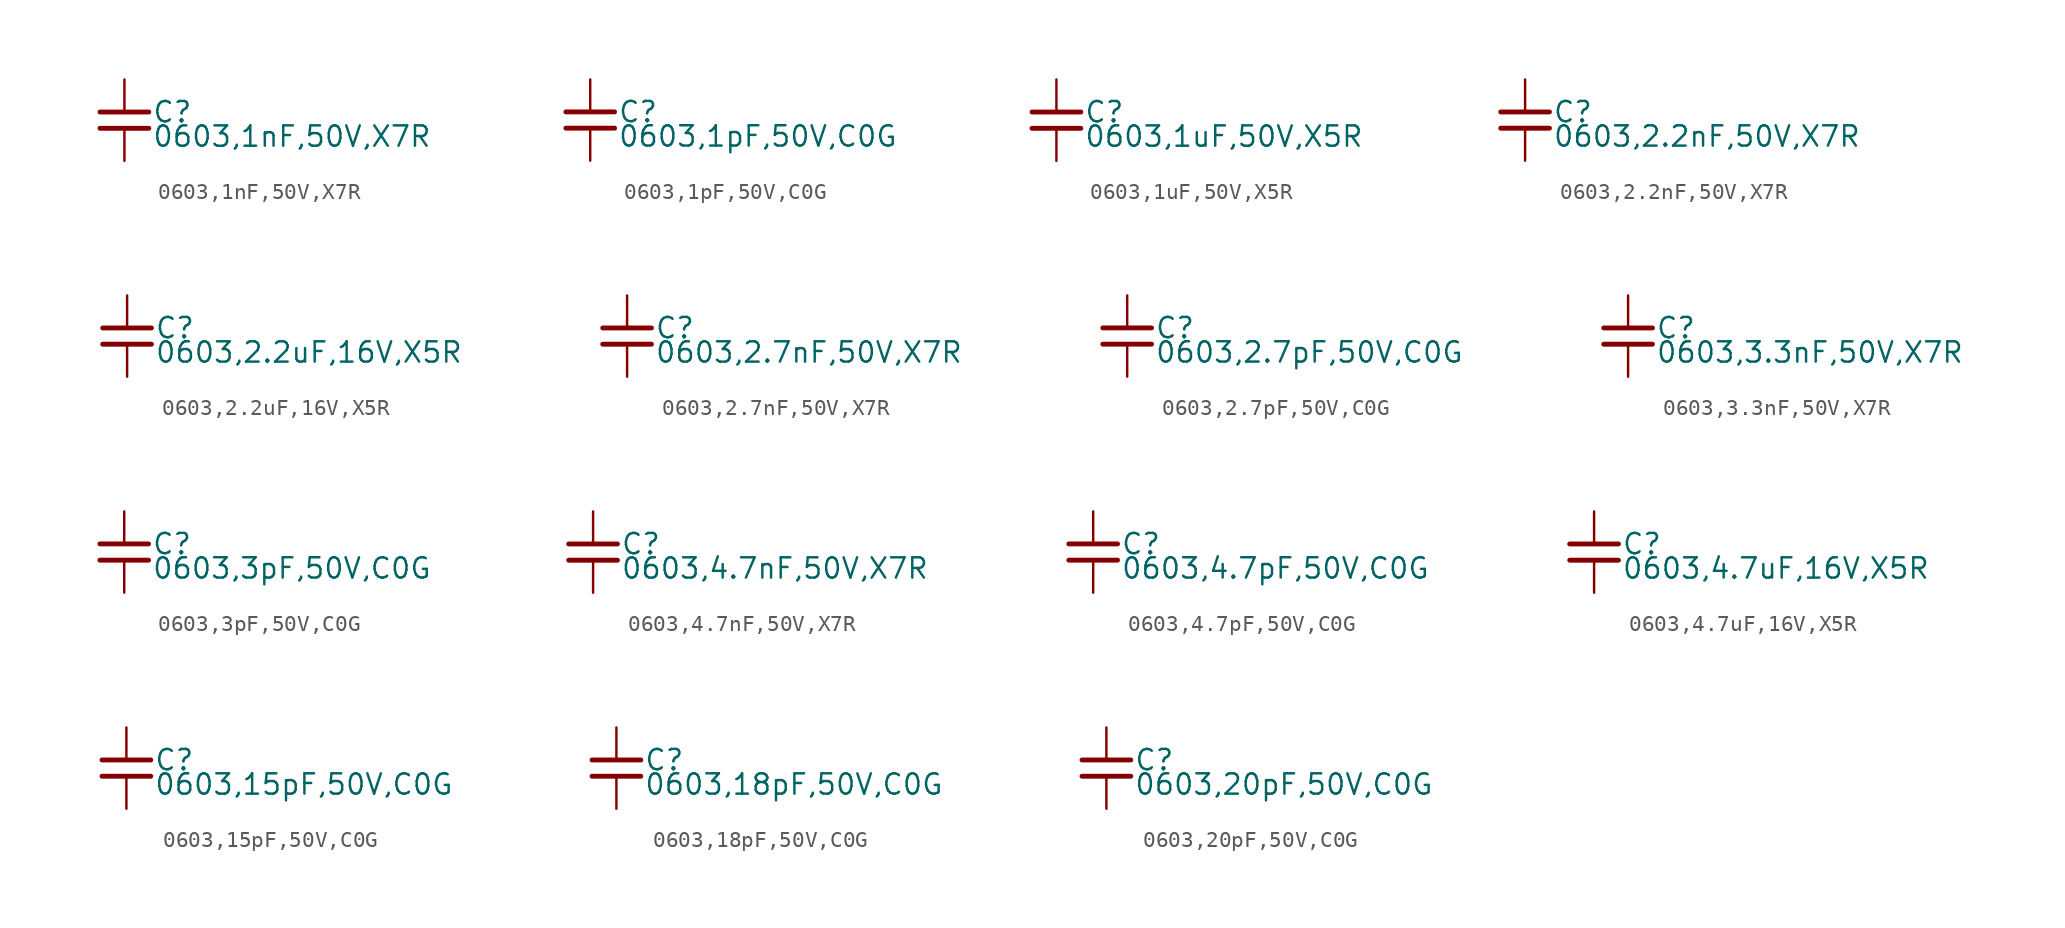
<source format=kicad_sym>
(kicad_symbol_lib
  (version 20231120)
  (generator "kicad_symbol_editor")
  (generator_version "8.0")
  (symbol "0603,1nF,50V,X7R "
    (property "Reference" "C"
      (at 1.71 0.508 0)
      (effects (font (size 1.27 1.27)) (justify left)))
    (property "Value" "0603,1nF,50V,X7R "
      (at 1.71 -1.016 0)
      (effects (font (size 1.27 1.27)) (justify left)))
    (property "ki_locked" ""
      (at 0 0 0)
      (effects (font (size 1.27 1.27))))
    (symbol "0603,1nF,50V,X7R _0_0"
      (polyline (pts (xy -1.524 -0.508) (xy 1.524 -0.508)) (stroke (width 0.305) (type default)) (fill (type none)))
      (polyline (pts (xy -1.524 0.508) (xy 1.524 0.508)) (stroke (width 0.305) (type default)) (fill (type none)))
      (pin passive line (at 0 2.54 270) (length 2.032) (name "~" (effects (font (size 0 0)))) (number "1" (effects (font (size 0 0)))))
      (pin passive line (at 0 -2.54 90) (length 2.032) (name "~" (effects (font (size 0 0)))) (number "2" (effects (font (size 0 0)))))))
  (symbol "0603,1pF,50V,C0G "
    (property "Reference" "C"
      (at 1.71 0.508 0)
      (effects (font (size 1.27 1.27)) (justify left)))
    (property "Value" "0603,1pF,50V,C0G "
      (at 1.71 -1.016 0)
      (effects (font (size 1.27 1.27)) (justify left)))
    (property "ki_locked" ""
      (at 0 0 0)
      (effects (font (size 1.27 1.27))))
    (symbol "0603,1pF,50V,C0G _0_0"
      (polyline (pts (xy -1.524 -0.508) (xy 1.524 -0.508)) (stroke (width 0.305) (type default)) (fill (type none)))
      (polyline (pts (xy -1.524 0.508) (xy 1.524 0.508)) (stroke (width 0.305) (type default)) (fill (type none)))
      (pin passive line (at 0 2.54 270) (length 2.032) (name "~" (effects (font (size 0 0)))) (number "1" (effects (font (size 0 0)))))
      (pin passive line (at 0 -2.54 90) (length 2.032) (name "~" (effects (font (size 0 0)))) (number "2" (effects (font (size 0 0)))))))
  (symbol "0603,1uF,50V,X5R "
    (property "Reference" "C"
      (at 1.71 0.508 0)
      (effects (font (size 1.27 1.27)) (justify left)))
    (property "Value" "0603,1uF,50V,X5R "
      (at 1.71 -1.016 0)
      (effects (font (size 1.27 1.27)) (justify left)))
    (property "ki_locked" ""
      (at 0 0 0)
      (effects (font (size 1.27 1.27))))
    (symbol "0603,1uF,50V,X5R _0_0"
      (polyline (pts (xy -1.524 -0.508) (xy 1.524 -0.508)) (stroke (width 0.305) (type default)) (fill (type none)))
      (polyline (pts (xy -1.524 0.508) (xy 1.524 0.508)) (stroke (width 0.305) (type default)) (fill (type none)))
      (pin passive line (at 0 2.54 270) (length 2.032) (name "~" (effects (font (size 0 0)))) (number "1" (effects (font (size 0 0)))))
      (pin passive line (at 0 -2.54 90) (length 2.032) (name "~" (effects (font (size 0 0)))) (number "2" (effects (font (size 0 0)))))))
  (symbol "0603,2.2nF,50V,X7R "
    (property "Reference" "C"
      (at 1.71 0.508 0)
      (effects (font (size 1.27 1.27)) (justify left)))
    (property "Value" "0603,2.2nF,50V,X7R "
      (at 1.71 -1.016 0)
      (effects (font (size 1.27 1.27)) (justify left)))
    (property "ki_locked" ""
      (at 0 0 0)
      (effects (font (size 1.27 1.27))))
    (symbol "0603,2.2nF,50V,X7R _0_0"
      (polyline (pts (xy -1.524 -0.508) (xy 1.524 -0.508)) (stroke (width 0.305) (type default)) (fill (type none)))
      (polyline (pts (xy -1.524 0.508) (xy 1.524 0.508)) (stroke (width 0.305) (type default)) (fill (type none)))
      (pin passive line (at 0 2.54 270) (length 2.032) (name "~" (effects (font (size 0 0)))) (number "1" (effects (font (size 0 0)))))
      (pin passive line (at 0 -2.54 90) (length 2.032) (name "~" (effects (font (size 0 0)))) (number "2" (effects (font (size 0 0)))))))
  (symbol "0603,2.2uF,16V,X5R "
    (property "Reference" "C"
      (at 1.71 0.508 0)
      (effects (font (size 1.27 1.27)) (justify left)))
    (property "Value" "0603,2.2uF,16V,X5R "
      (at 1.71 -1.016 0)
      (effects (font (size 1.27 1.27)) (justify left)))
    (property "ki_locked" ""
      (at 0 0 0)
      (effects (font (size 1.27 1.27))))
    (symbol "0603,2.2uF,16V,X5R _0_0"
      (polyline (pts (xy -1.524 -0.508) (xy 1.524 -0.508)) (stroke (width 0.305) (type default)) (fill (type none)))
      (polyline (pts (xy -1.524 0.508) (xy 1.524 0.508)) (stroke (width 0.305) (type default)) (fill (type none)))
      (pin passive line (at 0 2.54 270) (length 2.032) (name "~" (effects (font (size 0 0)))) (number "1" (effects (font (size 0 0)))))
      (pin passive line (at 0 -2.54 90) (length 2.032) (name "~" (effects (font (size 0 0)))) (number "2" (effects (font (size 0 0)))))))
  (symbol "0603,2.7nF,50V,X7R "
    (property "Reference" "C"
      (at 1.71 0.508 0)
      (effects (font (size 1.27 1.27)) (justify left)))
    (property "Value" "0603,2.7nF,50V,X7R "
      (at 1.71 -1.016 0)
      (effects (font (size 1.27 1.27)) (justify left)))
    (property "ki_locked" ""
      (at 0 0 0)
      (effects (font (size 1.27 1.27))))
    (symbol "0603,2.7nF,50V,X7R _0_0"
      (polyline (pts (xy -1.524 -0.508) (xy 1.524 -0.508)) (stroke (width 0.305) (type default)) (fill (type none)))
      (polyline (pts (xy -1.524 0.508) (xy 1.524 0.508)) (stroke (width 0.305) (type default)) (fill (type none)))
      (pin passive line (at 0 2.54 270) (length 2.032) (name "~" (effects (font (size 0 0)))) (number "1" (effects (font (size 0 0)))))
      (pin passive line (at 0 -2.54 90) (length 2.032) (name "~" (effects (font (size 0 0)))) (number "2" (effects (font (size 0 0)))))))
  (symbol "0603,2.7pF,50V,C0G "
    (property "Reference" "C"
      (at 1.71 0.508 0)
      (effects (font (size 1.27 1.27)) (justify left)))
    (property "Value" "0603,2.7pF,50V,C0G "
      (at 1.71 -1.016 0)
      (effects (font (size 1.27 1.27)) (justify left)))
    (property "ki_locked" ""
      (at 0 0 0)
      (effects (font (size 1.27 1.27))))
    (symbol "0603,2.7pF,50V,C0G _0_0"
      (polyline (pts (xy -1.524 -0.508) (xy 1.524 -0.508)) (stroke (width 0.305) (type default)) (fill (type none)))
      (polyline (pts (xy -1.524 0.508) (xy 1.524 0.508)) (stroke (width 0.305) (type default)) (fill (type none)))
      (pin passive line (at 0 2.54 270) (length 2.032) (name "~" (effects (font (size 0 0)))) (number "1" (effects (font (size 0 0)))))
      (pin passive line (at 0 -2.54 90) (length 2.032) (name "~" (effects (font (size 0 0)))) (number "2" (effects (font (size 0 0)))))))
  (symbol "0603,3.3nF,50V,X7R "
    (property "Reference" "C"
      (at 1.71 0.508 0)
      (effects (font (size 1.27 1.27)) (justify left)))
    (property "Value" "0603,3.3nF,50V,X7R "
      (at 1.71 -1.016 0)
      (effects (font (size 1.27 1.27)) (justify left)))
    (property "ki_locked" ""
      (at 0 0 0)
      (effects (font (size 1.27 1.27))))
    (symbol "0603,3.3nF,50V,X7R _0_0"
      (polyline (pts (xy -1.524 -0.508) (xy 1.524 -0.508)) (stroke (width 0.305) (type default)) (fill (type none)))
      (polyline (pts (xy -1.524 0.508) (xy 1.524 0.508)) (stroke (width 0.305) (type default)) (fill (type none)))
      (pin passive line (at 0 2.54 270) (length 2.032) (name "~" (effects (font (size 0 0)))) (number "1" (effects (font (size 0 0)))))
      (pin passive line (at 0 -2.54 90) (length 2.032) (name "~" (effects (font (size 0 0)))) (number "2" (effects (font (size 0 0)))))))
  (symbol "0603,3pF,50V,C0G "
    (property "Reference" "C"
      (at 1.71 0.508 0)
      (effects (font (size 1.27 1.27)) (justify left)))
    (property "Value" "0603,3pF,50V,C0G "
      (at 1.71 -1.016 0)
      (effects (font (size 1.27 1.27)) (justify left)))
    (property "ki_locked" ""
      (at 0 0 0)
      (effects (font (size 1.27 1.27))))
    (symbol "0603,3pF,50V,C0G _0_0"
      (polyline (pts (xy -1.524 -0.508) (xy 1.524 -0.508)) (stroke (width 0.305) (type default)) (fill (type none)))
      (polyline (pts (xy -1.524 0.508) (xy 1.524 0.508)) (stroke (width 0.305) (type default)) (fill (type none)))
      (pin passive line (at 0 2.54 270) (length 2.032) (name "~" (effects (font (size 0 0)))) (number "1" (effects (font (size 0 0)))))
      (pin passive line (at 0 -2.54 90) (length 2.032) (name "~" (effects (font (size 0 0)))) (number "2" (effects (font (size 0 0)))))))
  (symbol "0603,4.7nF,50V,X7R "
    (property "Reference" "C"
      (at 1.71 0.508 0)
      (effects (font (size 1.27 1.27)) (justify left)))
    (property "Value" "0603,4.7nF,50V,X7R "
      (at 1.71 -1.016 0)
      (effects (font (size 1.27 1.27)) (justify left)))
    (property "ki_locked" ""
      (at 0 0 0)
      (effects (font (size 1.27 1.27))))
    (symbol "0603,4.7nF,50V,X7R _0_0"
      (polyline (pts (xy -1.524 -0.508) (xy 1.524 -0.508)) (stroke (width 0.305) (type default)) (fill (type none)))
      (polyline (pts (xy -1.524 0.508) (xy 1.524 0.508)) (stroke (width 0.305) (type default)) (fill (type none)))
      (pin passive line (at 0 2.54 270) (length 2.032) (name "~" (effects (font (size 0 0)))) (number "1" (effects (font (size 0 0)))))
      (pin passive line (at 0 -2.54 90) (length 2.032) (name "~" (effects (font (size 0 0)))) (number "2" (effects (font (size 0 0)))))))
  (symbol "0603,4.7pF,50V,C0G "
    (property "Reference" "C"
      (at 1.71 0.508 0)
      (effects (font (size 1.27 1.27)) (justify left)))
    (property "Value" "0603,4.7pF,50V,C0G "
      (at 1.71 -1.016 0)
      (effects (font (size 1.27 1.27)) (justify left)))
    (property "ki_locked" ""
      (at 0 0 0)
      (effects (font (size 1.27 1.27))))
    (symbol "0603,4.7pF,50V,C0G _0_0"
      (polyline (pts (xy -1.524 -0.508) (xy 1.524 -0.508)) (stroke (width 0.305) (type default)) (fill (type none)))
      (polyline (pts (xy -1.524 0.508) (xy 1.524 0.508)) (stroke (width 0.305) (type default)) (fill (type none)))
      (pin passive line (at 0 2.54 270) (length 2.032) (name "~" (effects (font (size 0 0)))) (number "1" (effects (font (size 0 0)))))
      (pin passive line (at 0 -2.54 90) (length 2.032) (name "~" (effects (font (size 0 0)))) (number "2" (effects (font (size 0 0)))))))
  (symbol "0603,4.7uF,16V,X5R "
    (property "Reference" "C"
      (at 1.71 0.508 0)
      (effects (font (size 1.27 1.27)) (justify left)))
    (property "Value" "0603,4.7uF,16V,X5R "
      (at 1.71 -1.016 0)
      (effects (font (size 1.27 1.27)) (justify left)))
    (property "ki_locked" ""
      (at 0 0 0)
      (effects (font (size 1.27 1.27))))
    (symbol "0603,4.7uF,16V,X5R _0_0"
      (polyline (pts (xy -1.524 -0.508) (xy 1.524 -0.508)) (stroke (width 0.305) (type default)) (fill (type none)))
      (polyline (pts (xy -1.524 0.508) (xy 1.524 0.508)) (stroke (width 0.305) (type default)) (fill (type none)))
      (pin passive line (at 0 2.54 270) (length 2.032) (name "~" (effects (font (size 0 0)))) (number "1" (effects (font (size 0 0)))))
      (pin passive line (at 0 -2.54 90) (length 2.032) (name "~" (effects (font (size 0 0)))) (number "2" (effects (font (size 0 0)))))))
  (symbol "0603,15pF,50V,C0G "
    (property "Reference" "C"
      (at 1.71 0.508 0)
      (effects (font (size 1.27 1.27)) (justify left)))
    (property "Value" "0603,15pF,50V,C0G "
      (at 1.71 -1.016 0)
      (effects (font (size 1.27 1.27)) (justify left)))
    (property "ki_locked" ""
      (at 0 0 0)
      (effects (font (size 1.27 1.27))))
    (symbol "0603,15pF,50V,C0G _0_0"
      (polyline (pts (xy -1.524 -0.508) (xy 1.524 -0.508)) (stroke (width 0.305) (type default)) (fill (type none)))
      (polyline (pts (xy -1.524 0.508) (xy 1.524 0.508)) (stroke (width 0.305) (type default)) (fill (type none)))
      (pin passive line (at 0 2.54 270) (length 2.032) (name "~" (effects (font (size 0 0)))) (number "1" (effects (font (size 0 0)))))
      (pin passive line (at 0 -2.54 90) (length 2.032) (name "~" (effects (font (size 0 0)))) (number "2" (effects (font (size 0 0)))))))
  (symbol "0603,18pF,50V,C0G "
    (property "Reference" "C"
      (at 1.71 0.508 0)
      (effects (font (size 1.27 1.27)) (justify left)))
    (property "Value" "0603,18pF,50V,C0G "
      (at 1.71 -1.016 0)
      (effects (font (size 1.27 1.27)) (justify left)))
    (property "ki_locked" ""
      (at 0 0 0)
      (effects (font (size 1.27 1.27))))
    (symbol "0603,18pF,50V,C0G _0_0"
      (polyline (pts (xy -1.524 -0.508) (xy 1.524 -0.508)) (stroke (width 0.305) (type default)) (fill (type none)))
      (polyline (pts (xy -1.524 0.508) (xy 1.524 0.508)) (stroke (width 0.305) (type default)) (fill (type none)))
      (pin passive line (at 0 2.54 270) (length 2.032) (name "~" (effects (font (size 0 0)))) (number "1" (effects (font (size 0 0)))))
      (pin passive line (at 0 -2.54 90) (length 2.032) (name "~" (effects (font (size 0 0)))) (number "2" (effects (font (size 0 0)))))))
  (symbol "0603,20pF,50V,C0G "
    (property "Reference" "C"
      (at 1.71 0.508 0)
      (effects (font (size 1.27 1.27)) (justify left)))
    (property "Value" "0603,20pF,50V,C0G "
      (at 1.71 -1.016 0)
      (effects (font (size 1.27 1.27)) (justify left)))
    (property "ki_locked" ""
      (at 0 0 0)
      (effects (font (size 1.27 1.27))))
    (symbol "0603,20pF,50V,C0G _0_0"
      (polyline (pts (xy -1.524 -0.508) (xy 1.524 -0.508)) (stroke (width 0.305) (type default)) (fill (type none)))
      (polyline (pts (xy -1.524 0.508) (xy 1.524 0.508)) (stroke (width 0.305) (type default)) (fill (type none)))
      (pin passive line (at 0 2.54 270) (length 2.032) (name "~" (effects (font (size 0 0)))) (number "1" (effects (font (size 0 0)))))
      (pin passive line (at 0 -2.54 90) (length 2.032) (name "~" (effects (font (size 0 0)))) (number "2" (effects (font (size 0 0))))))))
</source>
